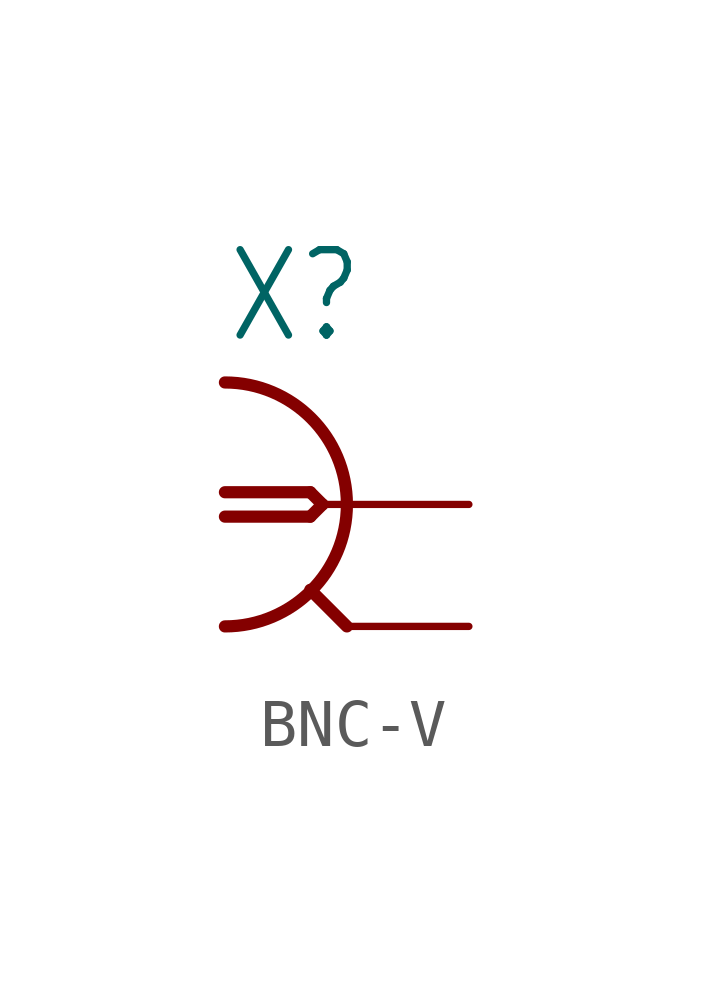
<source format=kicad_sym>
(kicad_symbol_lib
  (version 20211014)
  (generator kicad_symbol_editor)
  (symbol "BNC-V"
    (property "Reference" "X"
      (at -2.54 3.302 0)
      (effects (font (size 1.778 1.511)) (justify left bottom)))
    (property "ki_locked" ""
      (at 0 0 0)
      (effects (font (size 1.27 1.27))))
    (symbol "BNC-V_1_0"
      (arc (start -2.54 -2.54) (mid 0 0) (end -2.54 2.54) (stroke (width 0.254) (type default) (color 0 0 0 0)) (fill (type none)))
      (polyline (pts (xy -2.54 0.254) (xy -0.762 0.254)) (stroke (width 0.254) (type default) (color 0 0 0 0)) (fill (type none)))
      (polyline (pts (xy -0.762 -0.254) (xy -2.54 -0.254)) (stroke (width 0.254) (type default) (color 0 0 0 0)) (fill (type none)))
      (polyline (pts (xy -0.762 0.254) (xy -0.508 0)) (stroke (width 0.254) (type default) (color 0 0 0 0)) (fill (type none)))
      (polyline (pts (xy -0.508 0) (xy -0.762 -0.254)) (stroke (width 0.254) (type default) (color 0 0 0 0)) (fill (type none)))
      (polyline (pts (xy 0 -2.54) (xy -0.762 -1.778)) (stroke (width 0.254) (type default) (color 0 0 0 0)) (fill (type none)))
      (polyline (pts (xy 0 0) (xy -0.508 0)) (stroke (width 0.152) (type default) (color 0 0 0 0)) (fill (type none)))
      (pin passive line (at 2.54 0 180) (length 2.54) (name "1" (effects (font (size 0 0)))) (number "1" (effects (font (size 0 0)))))
      (pin passive line (at 2.54 -2.54 180) (length 2.54) (name "2" (effects (font (size 0 0)))) (number "2" (effects (font (size 0 0))))))))
</source>
